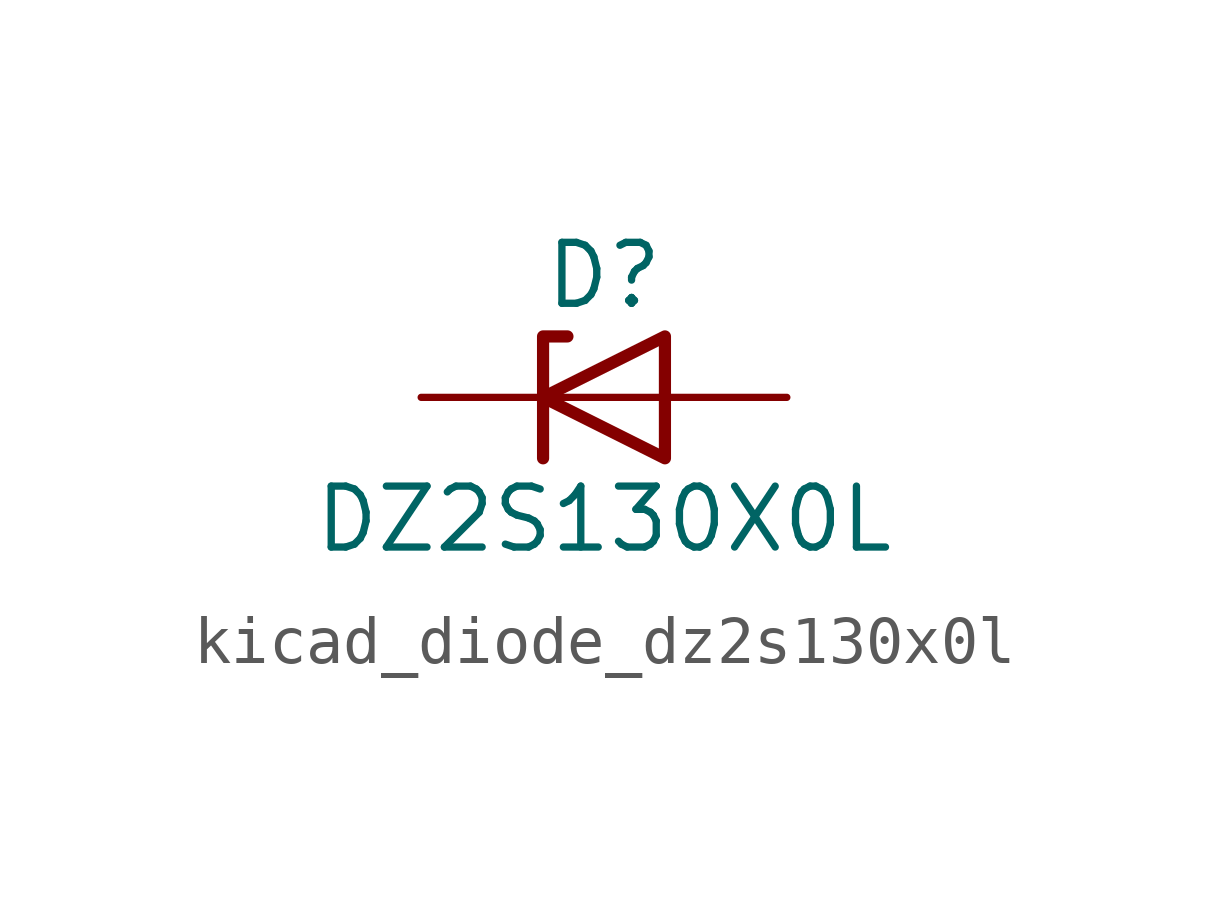
<source format=kicad_sym>
(kicad_symbol_lib
  (version 20220914)
  (generator kicad_symbol_editor)
  (symbol "kicad_diode_dz2s130x0l"
    (pin_numbers hide)
    (pin_names hide)
    (property "Reference" "D"
      (at 0 2.54 0)
      (effects (font (size 1.27 1.27))))
    (property "Value" "DZ2S130X0L"
      (at 0 -2.54 0)
      (effects (font (size 1.27 1.27))))
    (symbol "kicad_diode_dz2s130x0l_0_1"
      (polyline (pts (xy 1.27 0) (xy -1.27 0)) (stroke (width 0) (type default)) (fill (type none)))
      (polyline (pts (xy -1.27 -1.27) (xy -1.27 1.27) (xy -0.762 1.27)) (stroke (width 0.254) (type default)) (fill (type none)))
      (polyline (pts (xy 1.27 -1.27) (xy 1.27 1.27) (xy -1.27 0) (xy 1.27 -1.27)) (stroke (width 0.254) (type default)) (fill (type none))))
    (symbol "kicad_diode_dz2s130x0l_1_1"
      (pin passive line (at -3.81 0 0) (length 2.54) (name "K" (effects (font (size 1.27 1.27)))) (number "1" (effects (font (size 1.27 1.27)))))
      (pin passive line (at 3.81 0 180) (length 2.54) (name "A" (effects (font (size 1.27 1.27)))) (number "2" (effects (font (size 1.27 1.27))))))))
</source>
